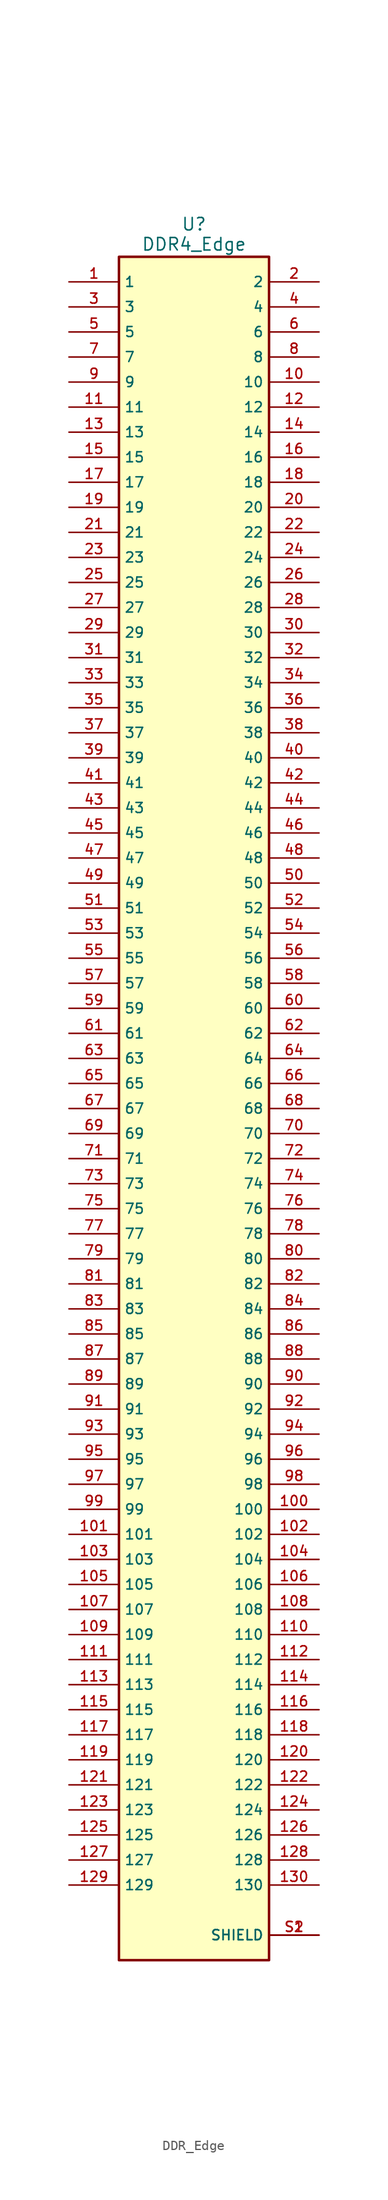
<source format=kicad_sym>
(kicad_symbol_lib
  (version 20231120)
  (generator "kicad_symbol_editor")
  (generator_version "8.0")
  (symbol "DDR_Edge"
    (property "Reference" "U"
      (at 0 3.302 0)
      (effects (font (size 1.27 1.27))))
    (property "Value" "DDR4_Edge"
      (at 0 1.27 0)
      (effects (font (size 1.27 1.27))))
    (symbol "DDR_Edge_1_0"
      (rectangle (start -7.62 -172.72) (end 7.62 0) (stroke (width 0.254) (type default)) (fill (type background)))
      (pin passive line (at -12.7 -2.54 0) (length 5.08) (name "1" (effects (font (size 1.016 1.016)))) (number "1" (effects (font (size 1.016 1.016)))))
      (pin passive line (at 12.7 -12.7 180) (length 5.08) (name "10" (effects (font (size 1.016 1.016)))) (number "10" (effects (font (size 1.016 1.016)))))
      (pin passive line (at 12.7 -127 180) (length 5.08) (name "100" (effects (font (size 1.016 1.016)))) (number "100" (effects (font (size 1.016 1.016)))))
      (pin passive line (at -12.7 -129.54 0) (length 5.08) (name "101" (effects (font (size 1.016 1.016)))) (number "101" (effects (font (size 1.016 1.016)))))
      (pin passive line (at 12.7 -129.54 180) (length 5.08) (name "102" (effects (font (size 1.016 1.016)))) (number "102" (effects (font (size 1.016 1.016)))))
      (pin passive line (at -12.7 -132.08 0) (length 5.08) (name "103" (effects (font (size 1.016 1.016)))) (number "103" (effects (font (size 1.016 1.016)))))
      (pin passive line (at 12.7 -132.08 180) (length 5.08) (name "104" (effects (font (size 1.016 1.016)))) (number "104" (effects (font (size 1.016 1.016)))))
      (pin passive line (at -12.7 -134.62 0) (length 5.08) (name "105" (effects (font (size 1.016 1.016)))) (number "105" (effects (font (size 1.016 1.016)))))
      (pin passive line (at 12.7 -134.62 180) (length 5.08) (name "106" (effects (font (size 1.016 1.016)))) (number "106" (effects (font (size 1.016 1.016)))))
      (pin passive line (at -12.7 -137.16 0) (length 5.08) (name "107" (effects (font (size 1.016 1.016)))) (number "107" (effects (font (size 1.016 1.016)))))
      (pin passive line (at 12.7 -137.16 180) (length 5.08) (name "108" (effects (font (size 1.016 1.016)))) (number "108" (effects (font (size 1.016 1.016)))))
      (pin passive line (at -12.7 -139.7 0) (length 5.08) (name "109" (effects (font (size 1.016 1.016)))) (number "109" (effects (font (size 1.016 1.016)))))
      (pin passive line (at -12.7 -15.24 0) (length 5.08) (name "11" (effects (font (size 1.016 1.016)))) (number "11" (effects (font (size 1.016 1.016)))))
      (pin passive line (at 12.7 -139.7 180) (length 5.08) (name "110" (effects (font (size 1.016 1.016)))) (number "110" (effects (font (size 1.016 1.016)))))
      (pin passive line (at -12.7 -142.24 0) (length 5.08) (name "111" (effects (font (size 1.016 1.016)))) (number "111" (effects (font (size 1.016 1.016)))))
      (pin passive line (at 12.7 -142.24 180) (length 5.08) (name "112" (effects (font (size 1.016 1.016)))) (number "112" (effects (font (size 1.016 1.016)))))
      (pin passive line (at -12.7 -144.78 0) (length 5.08) (name "113" (effects (font (size 1.016 1.016)))) (number "113" (effects (font (size 1.016 1.016)))))
      (pin passive line (at 12.7 -144.78 180) (length 5.08) (name "114" (effects (font (size 1.016 1.016)))) (number "114" (effects (font (size 1.016 1.016)))))
      (pin passive line (at -12.7 -147.32 0) (length 5.08) (name "115" (effects (font (size 1.016 1.016)))) (number "115" (effects (font (size 1.016 1.016)))))
      (pin passive line (at 12.7 -147.32 180) (length 5.08) (name "116" (effects (font (size 1.016 1.016)))) (number "116" (effects (font (size 1.016 1.016)))))
      (pin passive line (at -12.7 -149.86 0) (length 5.08) (name "117" (effects (font (size 1.016 1.016)))) (number "117" (effects (font (size 1.016 1.016)))))
      (pin passive line (at 12.7 -149.86 180) (length 5.08) (name "118" (effects (font (size 1.016 1.016)))) (number "118" (effects (font (size 1.016 1.016)))))
      (pin passive line (at -12.7 -152.4 0) (length 5.08) (name "119" (effects (font (size 1.016 1.016)))) (number "119" (effects (font (size 1.016 1.016)))))
      (pin passive line (at 12.7 -15.24 180) (length 5.08) (name "12" (effects (font (size 1.016 1.016)))) (number "12" (effects (font (size 1.016 1.016)))))
      (pin passive line (at 12.7 -152.4 180) (length 5.08) (name "120" (effects (font (size 1.016 1.016)))) (number "120" (effects (font (size 1.016 1.016)))))
      (pin passive line (at -12.7 -154.94 0) (length 5.08) (name "121" (effects (font (size 1.016 1.016)))) (number "121" (effects (font (size 1.016 1.016)))))
      (pin passive line (at 12.7 -154.94 180) (length 5.08) (name "122" (effects (font (size 1.016 1.016)))) (number "122" (effects (font (size 1.016 1.016)))))
      (pin passive line (at -12.7 -157.48 0) (length 5.08) (name "123" (effects (font (size 1.016 1.016)))) (number "123" (effects (font (size 1.016 1.016)))))
      (pin passive line (at 12.7 -157.48 180) (length 5.08) (name "124" (effects (font (size 1.016 1.016)))) (number "124" (effects (font (size 1.016 1.016)))))
      (pin passive line (at -12.7 -160.02 0) (length 5.08) (name "125" (effects (font (size 1.016 1.016)))) (number "125" (effects (font (size 1.016 1.016)))))
      (pin passive line (at 12.7 -160.02 180) (length 5.08) (name "126" (effects (font (size 1.016 1.016)))) (number "126" (effects (font (size 1.016 1.016)))))
      (pin passive line (at -12.7 -162.56 0) (length 5.08) (name "127" (effects (font (size 1.016 1.016)))) (number "127" (effects (font (size 1.016 1.016)))))
      (pin passive line (at 12.7 -162.56 180) (length 5.08) (name "128" (effects (font (size 1.016 1.016)))) (number "128" (effects (font (size 1.016 1.016)))))
      (pin passive line (at -12.7 -165.1 0) (length 5.08) (name "129" (effects (font (size 1.016 1.016)))) (number "129" (effects (font (size 1.016 1.016)))))
      (pin passive line (at -12.7 -17.78 0) (length 5.08) (name "13" (effects (font (size 1.016 1.016)))) (number "13" (effects (font (size 1.016 1.016)))))
      (pin passive line (at 12.7 -165.1 180) (length 5.08) (name "130" (effects (font (size 1.016 1.016)))) (number "130" (effects (font (size 1.016 1.016)))))
      (pin passive line (at 12.7 -17.78 180) (length 5.08) (name "14" (effects (font (size 1.016 1.016)))) (number "14" (effects (font (size 1.016 1.016)))))
      (pin passive line (at -12.7 -20.32 0) (length 5.08) (name "15" (effects (font (size 1.016 1.016)))) (number "15" (effects (font (size 1.016 1.016)))))
      (pin passive line (at 12.7 -20.32 180) (length 5.08) (name "16" (effects (font (size 1.016 1.016)))) (number "16" (effects (font (size 1.016 1.016)))))
      (pin passive line (at -12.7 -22.86 0) (length 5.08) (name "17" (effects (font (size 1.016 1.016)))) (number "17" (effects (font (size 1.016 1.016)))))
      (pin passive line (at 12.7 -22.86 180) (length 5.08) (name "18" (effects (font (size 1.016 1.016)))) (number "18" (effects (font (size 1.016 1.016)))))
      (pin passive line (at -12.7 -25.4 0) (length 5.08) (name "19" (effects (font (size 1.016 1.016)))) (number "19" (effects (font (size 1.016 1.016)))))
      (pin passive line (at 12.7 -2.54 180) (length 5.08) (name "2" (effects (font (size 1.016 1.016)))) (number "2" (effects (font (size 1.016 1.016)))))
      (pin passive line (at 12.7 -25.4 180) (length 5.08) (name "20" (effects (font (size 1.016 1.016)))) (number "20" (effects (font (size 1.016 1.016)))))
      (pin passive line (at -12.7 -27.94 0) (length 5.08) (name "21" (effects (font (size 1.016 1.016)))) (number "21" (effects (font (size 1.016 1.016)))))
      (pin passive line (at 12.7 -27.94 180) (length 5.08) (name "22" (effects (font (size 1.016 1.016)))) (number "22" (effects (font (size 1.016 1.016)))))
      (pin passive line (at -12.7 -30.48 0) (length 5.08) (name "23" (effects (font (size 1.016 1.016)))) (number "23" (effects (font (size 1.016 1.016)))))
      (pin passive line (at 12.7 -30.48 180) (length 5.08) (name "24" (effects (font (size 1.016 1.016)))) (number "24" (effects (font (size 1.016 1.016)))))
      (pin passive line (at -12.7 -33.02 0) (length 5.08) (name "25" (effects (font (size 1.016 1.016)))) (number "25" (effects (font (size 1.016 1.016)))))
      (pin passive line (at 12.7 -33.02 180) (length 5.08) (name "26" (effects (font (size 1.016 1.016)))) (number "26" (effects (font (size 1.016 1.016)))))
      (pin passive line (at -12.7 -35.56 0) (length 5.08) (name "27" (effects (font (size 1.016 1.016)))) (number "27" (effects (font (size 1.016 1.016)))))
      (pin passive line (at 12.7 -35.56 180) (length 5.08) (name "28" (effects (font (size 1.016 1.016)))) (number "28" (effects (font (size 1.016 1.016)))))
      (pin passive line (at -12.7 -38.1 0) (length 5.08) (name "29" (effects (font (size 1.016 1.016)))) (number "29" (effects (font (size 1.016 1.016)))))
      (pin passive line (at -12.7 -5.08 0) (length 5.08) (name "3" (effects (font (size 1.016 1.016)))) (number "3" (effects (font (size 1.016 1.016)))))
      (pin passive line (at 12.7 -38.1 180) (length 5.08) (name "30" (effects (font (size 1.016 1.016)))) (number "30" (effects (font (size 1.016 1.016)))))
      (pin passive line (at -12.7 -40.64 0) (length 5.08) (name "31" (effects (font (size 1.016 1.016)))) (number "31" (effects (font (size 1.016 1.016)))))
      (pin passive line (at 12.7 -40.64 180) (length 5.08) (name "32" (effects (font (size 1.016 1.016)))) (number "32" (effects (font (size 1.016 1.016)))))
      (pin passive line (at -12.7 -43.18 0) (length 5.08) (name "33" (effects (font (size 1.016 1.016)))) (number "33" (effects (font (size 1.016 1.016)))))
      (pin passive line (at 12.7 -43.18 180) (length 5.08) (name "34" (effects (font (size 1.016 1.016)))) (number "34" (effects (font (size 1.016 1.016)))))
      (pin passive line (at -12.7 -45.72 0) (length 5.08) (name "35" (effects (font (size 1.016 1.016)))) (number "35" (effects (font (size 1.016 1.016)))))
      (pin passive line (at 12.7 -45.72 180) (length 5.08) (name "36" (effects (font (size 1.016 1.016)))) (number "36" (effects (font (size 1.016 1.016)))))
      (pin passive line (at -12.7 -48.26 0) (length 5.08) (name "37" (effects (font (size 1.016 1.016)))) (number "37" (effects (font (size 1.016 1.016)))))
      (pin passive line (at 12.7 -48.26 180) (length 5.08) (name "38" (effects (font (size 1.016 1.016)))) (number "38" (effects (font (size 1.016 1.016)))))
      (pin passive line (at -12.7 -50.8 0) (length 5.08) (name "39" (effects (font (size 1.016 1.016)))) (number "39" (effects (font (size 1.016 1.016)))))
      (pin passive line (at 12.7 -5.08 180) (length 5.08) (name "4" (effects (font (size 1.016 1.016)))) (number "4" (effects (font (size 1.016 1.016)))))
      (pin passive line (at 12.7 -50.8 180) (length 5.08) (name "40" (effects (font (size 1.016 1.016)))) (number "40" (effects (font (size 1.016 1.016)))))
      (pin passive line (at -12.7 -53.34 0) (length 5.08) (name "41" (effects (font (size 1.016 1.016)))) (number "41" (effects (font (size 1.016 1.016)))))
      (pin passive line (at 12.7 -53.34 180) (length 5.08) (name "42" (effects (font (size 1.016 1.016)))) (number "42" (effects (font (size 1.016 1.016)))))
      (pin passive line (at -12.7 -55.88 0) (length 5.08) (name "43" (effects (font (size 1.016 1.016)))) (number "43" (effects (font (size 1.016 1.016)))))
      (pin passive line (at 12.7 -55.88 180) (length 5.08) (name "44" (effects (font (size 1.016 1.016)))) (number "44" (effects (font (size 1.016 1.016)))))
      (pin passive line (at -12.7 -58.42 0) (length 5.08) (name "45" (effects (font (size 1.016 1.016)))) (number "45" (effects (font (size 1.016 1.016)))))
      (pin passive line (at 12.7 -58.42 180) (length 5.08) (name "46" (effects (font (size 1.016 1.016)))) (number "46" (effects (font (size 1.016 1.016)))))
      (pin passive line (at -12.7 -60.96 0) (length 5.08) (name "47" (effects (font (size 1.016 1.016)))) (number "47" (effects (font (size 1.016 1.016)))))
      (pin passive line (at 12.7 -60.96 180) (length 5.08) (name "48" (effects (font (size 1.016 1.016)))) (number "48" (effects (font (size 1.016 1.016)))))
      (pin passive line (at -12.7 -63.5 0) (length 5.08) (name "49" (effects (font (size 1.016 1.016)))) (number "49" (effects (font (size 1.016 1.016)))))
      (pin passive line (at -12.7 -7.62 0) (length 5.08) (name "5" (effects (font (size 1.016 1.016)))) (number "5" (effects (font (size 1.016 1.016)))))
      (pin passive line (at 12.7 -63.5 180) (length 5.08) (name "50" (effects (font (size 1.016 1.016)))) (number "50" (effects (font (size 1.016 1.016)))))
      (pin passive line (at -12.7 -66.04 0) (length 5.08) (name "51" (effects (font (size 1.016 1.016)))) (number "51" (effects (font (size 1.016 1.016)))))
      (pin passive line (at 12.7 -66.04 180) (length 5.08) (name "52" (effects (font (size 1.016 1.016)))) (number "52" (effects (font (size 1.016 1.016)))))
      (pin passive line (at -12.7 -68.58 0) (length 5.08) (name "53" (effects (font (size 1.016 1.016)))) (number "53" (effects (font (size 1.016 1.016)))))
      (pin passive line (at 12.7 -68.58 180) (length 5.08) (name "54" (effects (font (size 1.016 1.016)))) (number "54" (effects (font (size 1.016 1.016)))))
      (pin passive line (at -12.7 -71.12 0) (length 5.08) (name "55" (effects (font (size 1.016 1.016)))) (number "55" (effects (font (size 1.016 1.016)))))
      (pin passive line (at 12.7 -71.12 180) (length 5.08) (name "56" (effects (font (size 1.016 1.016)))) (number "56" (effects (font (size 1.016 1.016)))))
      (pin passive line (at -12.7 -73.66 0) (length 5.08) (name "57" (effects (font (size 1.016 1.016)))) (number "57" (effects (font (size 1.016 1.016)))))
      (pin passive line (at 12.7 -73.66 180) (length 5.08) (name "58" (effects (font (size 1.016 1.016)))) (number "58" (effects (font (size 1.016 1.016)))))
      (pin passive line (at -12.7 -76.2 0) (length 5.08) (name "59" (effects (font (size 1.016 1.016)))) (number "59" (effects (font (size 1.016 1.016)))))
      (pin passive line (at 12.7 -7.62 180) (length 5.08) (name "6" (effects (font (size 1.016 1.016)))) (number "6" (effects (font (size 1.016 1.016)))))
      (pin passive line (at 12.7 -76.2 180) (length 5.08) (name "60" (effects (font (size 1.016 1.016)))) (number "60" (effects (font (size 1.016 1.016)))))
      (pin passive line (at -12.7 -78.74 0) (length 5.08) (name "61" (effects (font (size 1.016 1.016)))) (number "61" (effects (font (size 1.016 1.016)))))
      (pin passive line (at 12.7 -78.74 180) (length 5.08) (name "62" (effects (font (size 1.016 1.016)))) (number "62" (effects (font (size 1.016 1.016)))))
      (pin passive line (at -12.7 -81.28 0) (length 5.08) (name "63" (effects (font (size 1.016 1.016)))) (number "63" (effects (font (size 1.016 1.016)))))
      (pin passive line (at 12.7 -81.28 180) (length 5.08) (name "64" (effects (font (size 1.016 1.016)))) (number "64" (effects (font (size 1.016 1.016)))))
      (pin passive line (at -12.7 -83.82 0) (length 5.08) (name "65" (effects (font (size 1.016 1.016)))) (number "65" (effects (font (size 1.016 1.016)))))
      (pin passive line (at 12.7 -83.82 180) (length 5.08) (name "66" (effects (font (size 1.016 1.016)))) (number "66" (effects (font (size 1.016 1.016)))))
      (pin passive line (at -12.7 -86.36 0) (length 5.08) (name "67" (effects (font (size 1.016 1.016)))) (number "67" (effects (font (size 1.016 1.016)))))
      (pin passive line (at 12.7 -86.36 180) (length 5.08) (name "68" (effects (font (size 1.016 1.016)))) (number "68" (effects (font (size 1.016 1.016)))))
      (pin passive line (at -12.7 -88.9 0) (length 5.08) (name "69" (effects (font (size 1.016 1.016)))) (number "69" (effects (font (size 1.016 1.016)))))
      (pin passive line (at -12.7 -10.16 0) (length 5.08) (name "7" (effects (font (size 1.016 1.016)))) (number "7" (effects (font (size 1.016 1.016)))))
      (pin passive line (at 12.7 -88.9 180) (length 5.08) (name "70" (effects (font (size 1.016 1.016)))) (number "70" (effects (font (size 1.016 1.016)))))
      (pin passive line (at -12.7 -91.44 0) (length 5.08) (name "71" (effects (font (size 1.016 1.016)))) (number "71" (effects (font (size 1.016 1.016)))))
      (pin passive line (at 12.7 -91.44 180) (length 5.08) (name "72" (effects (font (size 1.016 1.016)))) (number "72" (effects (font (size 1.016 1.016)))))
      (pin passive line (at -12.7 -93.98 0) (length 5.08) (name "73" (effects (font (size 1.016 1.016)))) (number "73" (effects (font (size 1.016 1.016)))))
      (pin passive line (at 12.7 -93.98 180) (length 5.08) (name "74" (effects (font (size 1.016 1.016)))) (number "74" (effects (font (size 1.016 1.016)))))
      (pin passive line (at -12.7 -96.52 0) (length 5.08) (name "75" (effects (font (size 1.016 1.016)))) (number "75" (effects (font (size 1.016 1.016)))))
      (pin passive line (at 12.7 -96.52 180) (length 5.08) (name "76" (effects (font (size 1.016 1.016)))) (number "76" (effects (font (size 1.016 1.016)))))
      (pin passive line (at -12.7 -99.06 0) (length 5.08) (name "77" (effects (font (size 1.016 1.016)))) (number "77" (effects (font (size 1.016 1.016)))))
      (pin passive line (at 12.7 -99.06 180) (length 5.08) (name "78" (effects (font (size 1.016 1.016)))) (number "78" (effects (font (size 1.016 1.016)))))
      (pin passive line (at -12.7 -101.6 0) (length 5.08) (name "79" (effects (font (size 1.016 1.016)))) (number "79" (effects (font (size 1.016 1.016)))))
      (pin passive line (at 12.7 -10.16 180) (length 5.08) (name "8" (effects (font (size 1.016 1.016)))) (number "8" (effects (font (size 1.016 1.016)))))
      (pin passive line (at 12.7 -101.6 180) (length 5.08) (name "80" (effects (font (size 1.016 1.016)))) (number "80" (effects (font (size 1.016 1.016)))))
      (pin passive line (at -12.7 -104.14 0) (length 5.08) (name "81" (effects (font (size 1.016 1.016)))) (number "81" (effects (font (size 1.016 1.016)))))
      (pin passive line (at 12.7 -104.14 180) (length 5.08) (name "82" (effects (font (size 1.016 1.016)))) (number "82" (effects (font (size 1.016 1.016)))))
      (pin passive line (at -12.7 -106.68 0) (length 5.08) (name "83" (effects (font (size 1.016 1.016)))) (number "83" (effects (font (size 1.016 1.016)))))
      (pin passive line (at 12.7 -106.68 180) (length 5.08) (name "84" (effects (font (size 1.016 1.016)))) (number "84" (effects (font (size 1.016 1.016)))))
      (pin passive line (at -12.7 -109.22 0) (length 5.08) (name "85" (effects (font (size 1.016 1.016)))) (number "85" (effects (font (size 1.016 1.016)))))
      (pin passive line (at 12.7 -109.22 180) (length 5.08) (name "86" (effects (font (size 1.016 1.016)))) (number "86" (effects (font (size 1.016 1.016)))))
      (pin passive line (at -12.7 -111.76 0) (length 5.08) (name "87" (effects (font (size 1.016 1.016)))) (number "87" (effects (font (size 1.016 1.016)))))
      (pin passive line (at 12.7 -111.76 180) (length 5.08) (name "88" (effects (font (size 1.016 1.016)))) (number "88" (effects (font (size 1.016 1.016)))))
      (pin passive line (at -12.7 -114.3 0) (length 5.08) (name "89" (effects (font (size 1.016 1.016)))) (number "89" (effects (font (size 1.016 1.016)))))
      (pin passive line (at -12.7 -12.7 0) (length 5.08) (name "9" (effects (font (size 1.016 1.016)))) (number "9" (effects (font (size 1.016 1.016)))))
      (pin passive line (at 12.7 -114.3 180) (length 5.08) (name "90" (effects (font (size 1.016 1.016)))) (number "90" (effects (font (size 1.016 1.016)))))
      (pin passive line (at -12.7 -116.84 0) (length 5.08) (name "91" (effects (font (size 1.016 1.016)))) (number "91" (effects (font (size 1.016 1.016)))))
      (pin passive line (at 12.7 -116.84 180) (length 5.08) (name "92" (effects (font (size 1.016 1.016)))) (number "92" (effects (font (size 1.016 1.016)))))
      (pin passive line (at -12.7 -119.38 0) (length 5.08) (name "93" (effects (font (size 1.016 1.016)))) (number "93" (effects (font (size 1.016 1.016)))))
      (pin passive line (at 12.7 -119.38 180) (length 5.08) (name "94" (effects (font (size 1.016 1.016)))) (number "94" (effects (font (size 1.016 1.016)))))
      (pin passive line (at -12.7 -121.92 0) (length 5.08) (name "95" (effects (font (size 1.016 1.016)))) (number "95" (effects (font (size 1.016 1.016)))))
      (pin passive line (at 12.7 -121.92 180) (length 5.08) (name "96" (effects (font (size 1.016 1.016)))) (number "96" (effects (font (size 1.016 1.016)))))
      (pin passive line (at -12.7 -124.46 0) (length 5.08) (name "97" (effects (font (size 1.016 1.016)))) (number "97" (effects (font (size 1.016 1.016)))))
      (pin passive line (at 12.7 -124.46 180) (length 5.08) (name "98" (effects (font (size 1.016 1.016)))) (number "98" (effects (font (size 1.016 1.016)))))
      (pin passive line (at -12.7 -127 0) (length 5.08) (name "99" (effects (font (size 1.016 1.016)))) (number "99" (effects (font (size 1.016 1.016)))))
      (pin passive line (at 12.7 -170.18 180) (length 5.08) (name "SHIELD" (effects (font (size 1.016 1.016)))) (number "S1" (effects (font (size 1.016 1.016)))))
      (pin passive line (at 12.7 -170.18 180) (length 5.08) (name "SHIELD" (effects (font (size 1.016 1.016)))) (number "S2" (effects (font (size 1.016 1.016))))))))
</source>
